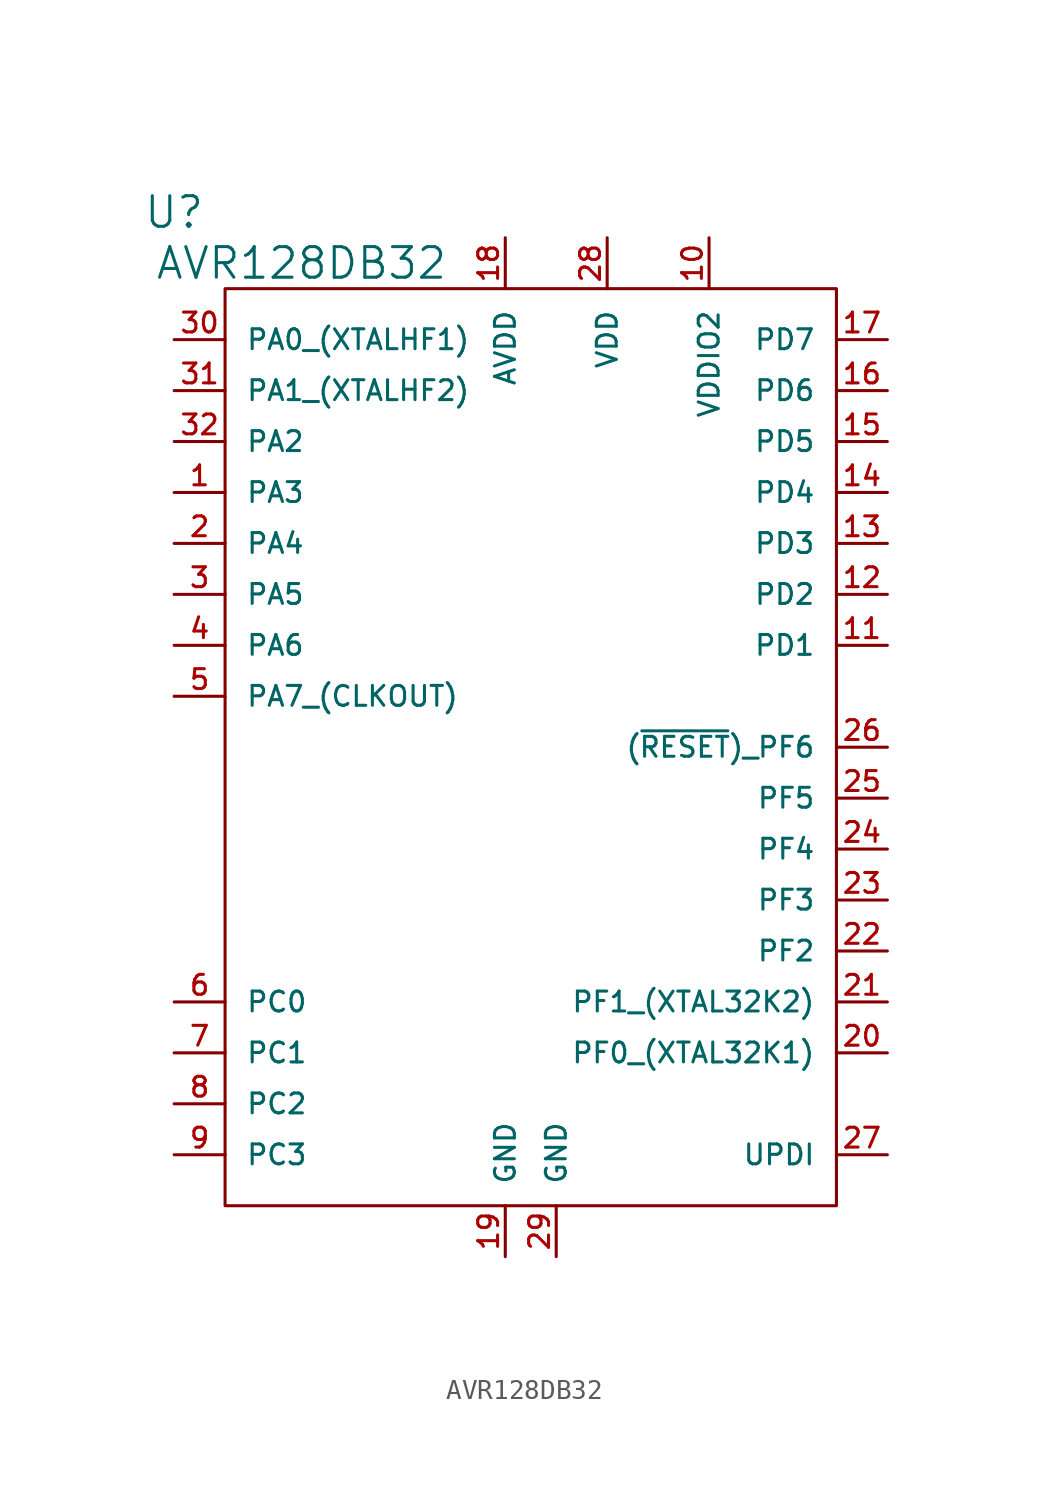
<source format=kicad_sym>
(kicad_symbol_lib
  (version 20220914)
  (generator kicad_symbol_editor)
  (symbol "AVR128DB32"
    (pin_names
      (offset 1.016))
    (property "Reference" "U"
      (at -17.78 26.67 0)
      (effects (font (size 1.524 1.524))))
    (property "Value" "AVR128DB32"
      (at -11.43 24.13 0)
      (effects (font (size 1.524 1.524))))
    (property "Footprint" ""
      (at 0 0 0)
      (effects (font (size 1.524 1.524))))
    (symbol "AVR128DB32_0_1"
      (rectangle (start -15.24 22.86) (end 15.24 -22.86) (stroke (width 0) (type solid)) (fill (type none))))
    (symbol "AVR128DB32_1_1"
      (pin passive line (at -17.78 12.7 0) (length 2.54) (name "PA3" (effects (font (size 0.991 0.991)))) (number "1" (effects (font (size 0.991 0.991)))))
      (pin passive line (at 8.89 25.4 270) (length 2.54) (name "VDDIO2" (effects (font (size 0.991 0.991)))) (number "10" (effects (font (size 0.991 0.991)))))
      (pin passive line (at 17.78 5.08 180) (length 2.54) (name "PD1" (effects (font (size 0.991 0.991)))) (number "11" (effects (font (size 0.991 0.991)))))
      (pin passive line (at 17.78 7.62 180) (length 2.54) (name "PD2" (effects (font (size 0.991 0.991)))) (number "12" (effects (font (size 0.991 0.991)))))
      (pin passive line (at 17.78 10.16 180) (length 2.54) (name "PD3" (effects (font (size 0.991 0.991)))) (number "13" (effects (font (size 0.991 0.991)))))
      (pin passive line (at 17.78 12.7 180) (length 2.54) (name "PD4" (effects (font (size 0.991 0.991)))) (number "14" (effects (font (size 0.991 0.991)))))
      (pin passive line (at 17.78 15.24 180) (length 2.54) (name "PD5" (effects (font (size 0.991 0.991)))) (number "15" (effects (font (size 0.991 0.991)))))
      (pin passive line (at 17.78 17.78 180) (length 2.54) (name "PD6" (effects (font (size 0.991 0.991)))) (number "16" (effects (font (size 0.991 0.991)))))
      (pin passive line (at 17.78 20.32 180) (length 2.54) (name "PD7" (effects (font (size 0.991 0.991)))) (number "17" (effects (font (size 0.991 0.991)))))
      (pin passive line (at -1.27 25.4 270) (length 2.54) (name "AVDD" (effects (font (size 0.991 0.991)))) (number "18" (effects (font (size 0.991 0.991)))))
      (pin passive line (at -1.27 -25.4 90) (length 2.54) (name "GND" (effects (font (size 0.991 0.991)))) (number "19" (effects (font (size 0.991 0.991)))))
      (pin passive line (at -17.78 10.16 0) (length 2.54) (name "PA4" (effects (font (size 0.991 0.991)))) (number "2" (effects (font (size 0.991 0.991)))))
      (pin passive line (at 17.78 -15.24 180) (length 2.54) (name "PF0_(XTAL32K1)" (effects (font (size 0.991 0.991)))) (number "20" (effects (font (size 0.991 0.991)))))
      (pin passive line (at 17.78 -12.7 180) (length 2.54) (name "PF1_(XTAL32K2)" (effects (font (size 0.991 0.991)))) (number "21" (effects (font (size 0.991 0.991)))))
      (pin passive line (at 17.78 -10.16 180) (length 2.54) (name "PF2" (effects (font (size 0.991 0.991)))) (number "22" (effects (font (size 0.991 0.991)))))
      (pin passive line (at 17.78 -7.62 180) (length 2.54) (name "PF3" (effects (font (size 0.991 0.991)))) (number "23" (effects (font (size 0.991 0.991)))))
      (pin passive line (at 17.78 -5.08 180) (length 2.54) (name "PF4" (effects (font (size 0.991 0.991)))) (number "24" (effects (font (size 0.991 0.991)))))
      (pin passive line (at 17.78 -2.54 180) (length 2.54) (name "PF5" (effects (font (size 0.991 0.991)))) (number "25" (effects (font (size 0.991 0.991)))))
      (pin passive line (at 17.78 0 180) (length 2.54) (name "(~{RESET})_PF6" (effects (font (size 0.991 0.991)))) (number "26" (effects (font (size 0.991 0.991)))))
      (pin passive line (at 17.78 -20.32 180) (length 2.54) (name "UPDI" (effects (font (size 0.991 0.991)))) (number "27" (effects (font (size 0.991 0.991)))))
      (pin passive line (at 3.81 25.4 270) (length 2.54) (name "VDD" (effects (font (size 0.991 0.991)))) (number "28" (effects (font (size 0.991 0.991)))))
      (pin passive line (at 1.27 -25.4 90) (length 2.54) (name "GND" (effects (font (size 0.991 0.991)))) (number "29" (effects (font (size 0.991 0.991)))))
      (pin passive line (at -17.78 7.62 0) (length 2.54) (name "PA5" (effects (font (size 0.991 0.991)))) (number "3" (effects (font (size 0.991 0.991)))))
      (pin passive line (at -17.78 20.32 0) (length 2.54) (name "PA0_(XTALHF1)" (effects (font (size 0.991 0.991)))) (number "30" (effects (font (size 0.991 0.991)))))
      (pin passive line (at -17.78 17.78 0) (length 2.54) (name "PA1_(XTALHF2)" (effects (font (size 0.991 0.991)))) (number "31" (effects (font (size 0.991 0.991)))))
      (pin passive line (at -17.78 15.24 0) (length 2.54) (name "PA2" (effects (font (size 0.991 0.991)))) (number "32" (effects (font (size 0.991 0.991)))))
      (pin passive line (at -17.78 5.08 0) (length 2.54) (name "PA6" (effects (font (size 0.991 0.991)))) (number "4" (effects (font (size 0.991 0.991)))))
      (pin passive line (at -17.78 2.54 0) (length 2.54) (name "PA7_(CLKOUT)" (effects (font (size 0.991 0.991)))) (number "5" (effects (font (size 0.991 0.991)))))
      (pin passive line (at -17.78 -12.7 0) (length 2.54) (name "PC0" (effects (font (size 0.991 0.991)))) (number "6" (effects (font (size 0.991 0.991)))))
      (pin passive line (at -17.78 -15.24 0) (length 2.54) (name "PC1" (effects (font (size 0.991 0.991)))) (number "7" (effects (font (size 0.991 0.991)))))
      (pin passive line (at -17.78 -17.78 0) (length 2.54) (name "PC2" (effects (font (size 0.991 0.991)))) (number "8" (effects (font (size 0.991 0.991)))))
      (pin passive line (at -17.78 -20.32 0) (length 2.54) (name "PC3" (effects (font (size 0.991 0.991)))) (number "9" (effects (font (size 0.991 0.991))))))))
</source>
